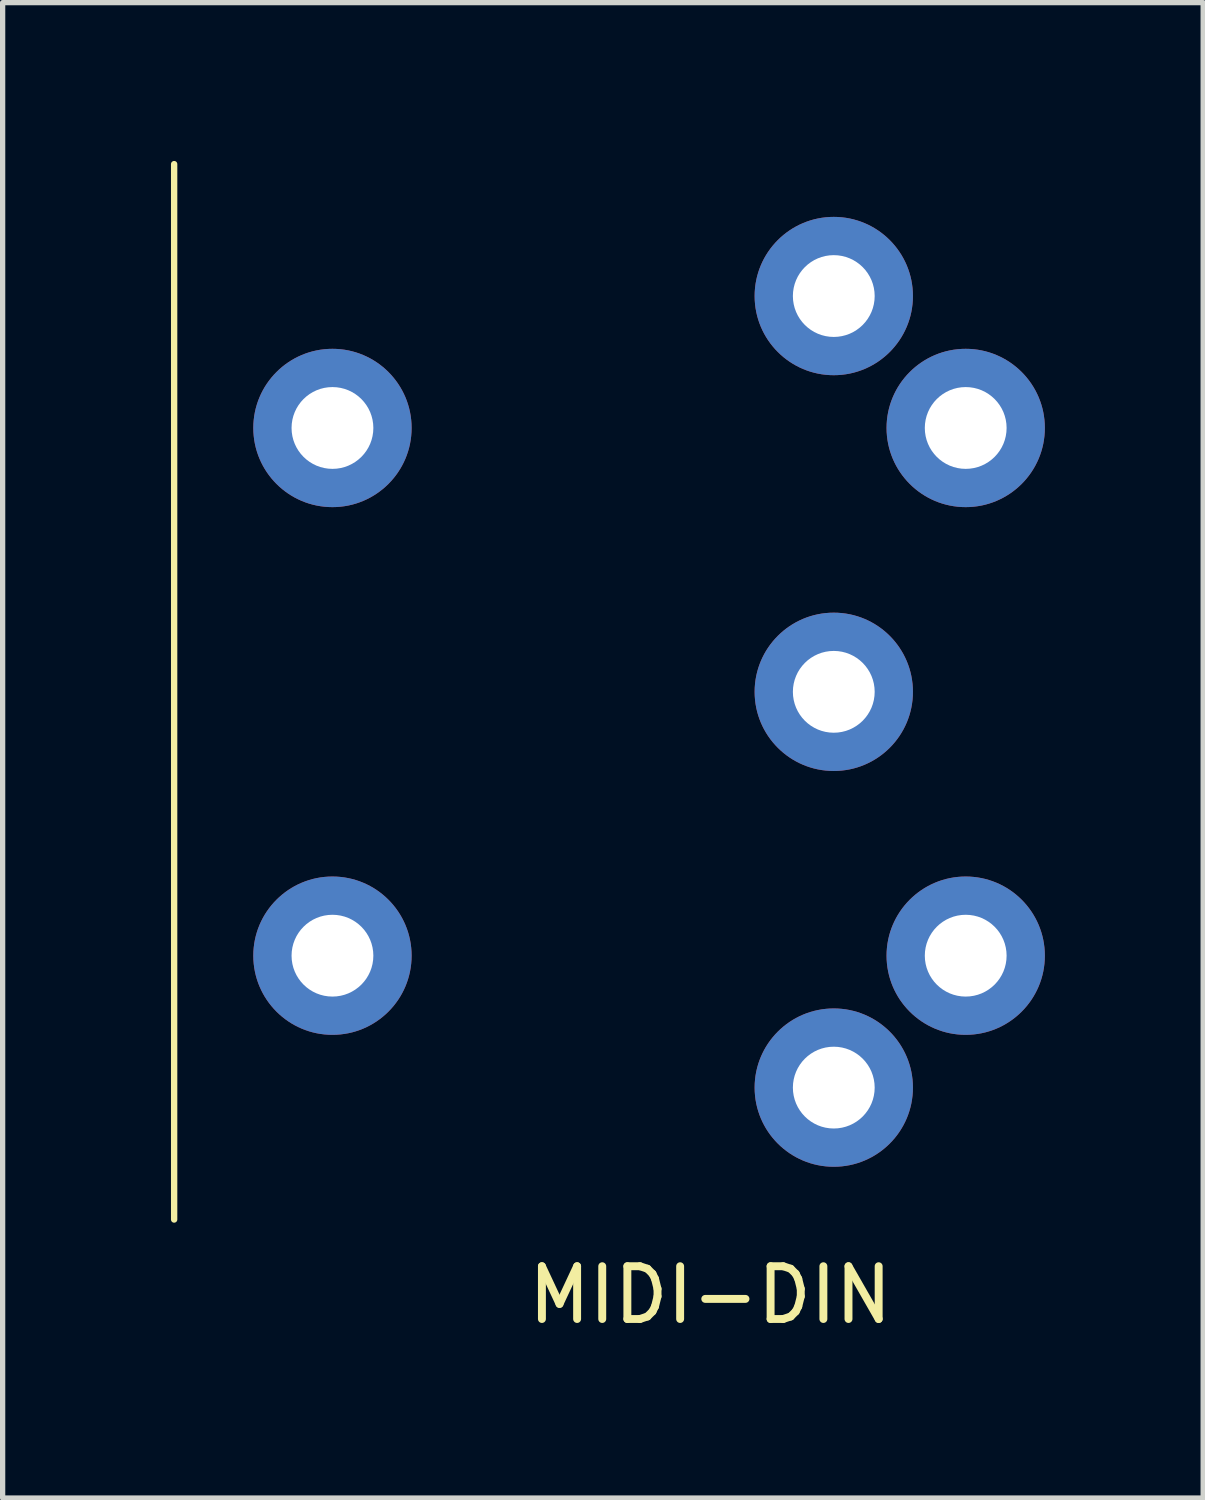
<source format=kicad_pcb>
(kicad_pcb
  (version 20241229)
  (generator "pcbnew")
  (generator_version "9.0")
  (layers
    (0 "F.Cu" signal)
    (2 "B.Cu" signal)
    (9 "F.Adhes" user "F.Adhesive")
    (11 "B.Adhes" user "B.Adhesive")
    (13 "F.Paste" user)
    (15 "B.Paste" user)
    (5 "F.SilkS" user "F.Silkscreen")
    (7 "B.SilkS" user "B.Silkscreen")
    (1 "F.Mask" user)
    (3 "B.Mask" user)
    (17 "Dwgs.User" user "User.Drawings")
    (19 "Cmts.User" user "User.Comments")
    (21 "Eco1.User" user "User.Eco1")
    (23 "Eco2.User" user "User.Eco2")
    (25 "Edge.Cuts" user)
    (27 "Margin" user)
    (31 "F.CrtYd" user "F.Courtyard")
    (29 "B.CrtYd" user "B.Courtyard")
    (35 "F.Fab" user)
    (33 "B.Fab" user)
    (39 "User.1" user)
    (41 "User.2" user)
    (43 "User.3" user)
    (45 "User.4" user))
  (footprint "MIDI-DIN"
    (layer "F.Cu")
    (at 0.25 10.06)
    (property "Reference" "MIDI-DIN" (at 10.16 11.43 0) (layer "F.SilkS") (effects (font (size 1 1) (thickness 0.15))))
    (attr through_hole)
    (fp_line (start 0 -10) (end 0 10) (stroke (width 0.12) (type solid)) (layer "F.SilkS"))
    (pad "1" thru_hole circle (at 12.5 7.5) (size 3 3) (drill 1.55) (layers "*.Cu" "*.Mask"))
    (pad "2" thru_hole circle (at 12.5 0) (size 3 3) (drill 1.55) (layers "*.Cu" "*.Mask"))
    (pad "3" thru_hole circle (at 12.5 -7.5) (size 3 3) (drill 1.55) (layers "*.Cu" "*.Mask"))
    (pad "4" thru_hole circle (at 15 5 90) (size 3 3) (drill 1.55) (layers "*.Cu" "*.Mask"))
    (pad "5" thru_hole circle (at 15 -5) (size 3 3) (drill 1.55) (layers "*.Cu" "*.Mask"))
    (pad "6" thru_hole circle (at 3 -5) (size 3 3) (drill 1.55) (layers "*.Cu" "*.Mask"))
    (pad "7" thru_hole circle (at 3 5) (size 3 3) (drill 1.55) (layers "*.Cu" "*.Mask")))
  (gr_rect
    (start -3 -3)
    (end 19.75 25.338)
    (stroke (width 0.1) (type default))
    (fill no)
    (layer "Edge.Cuts")))
</source>
